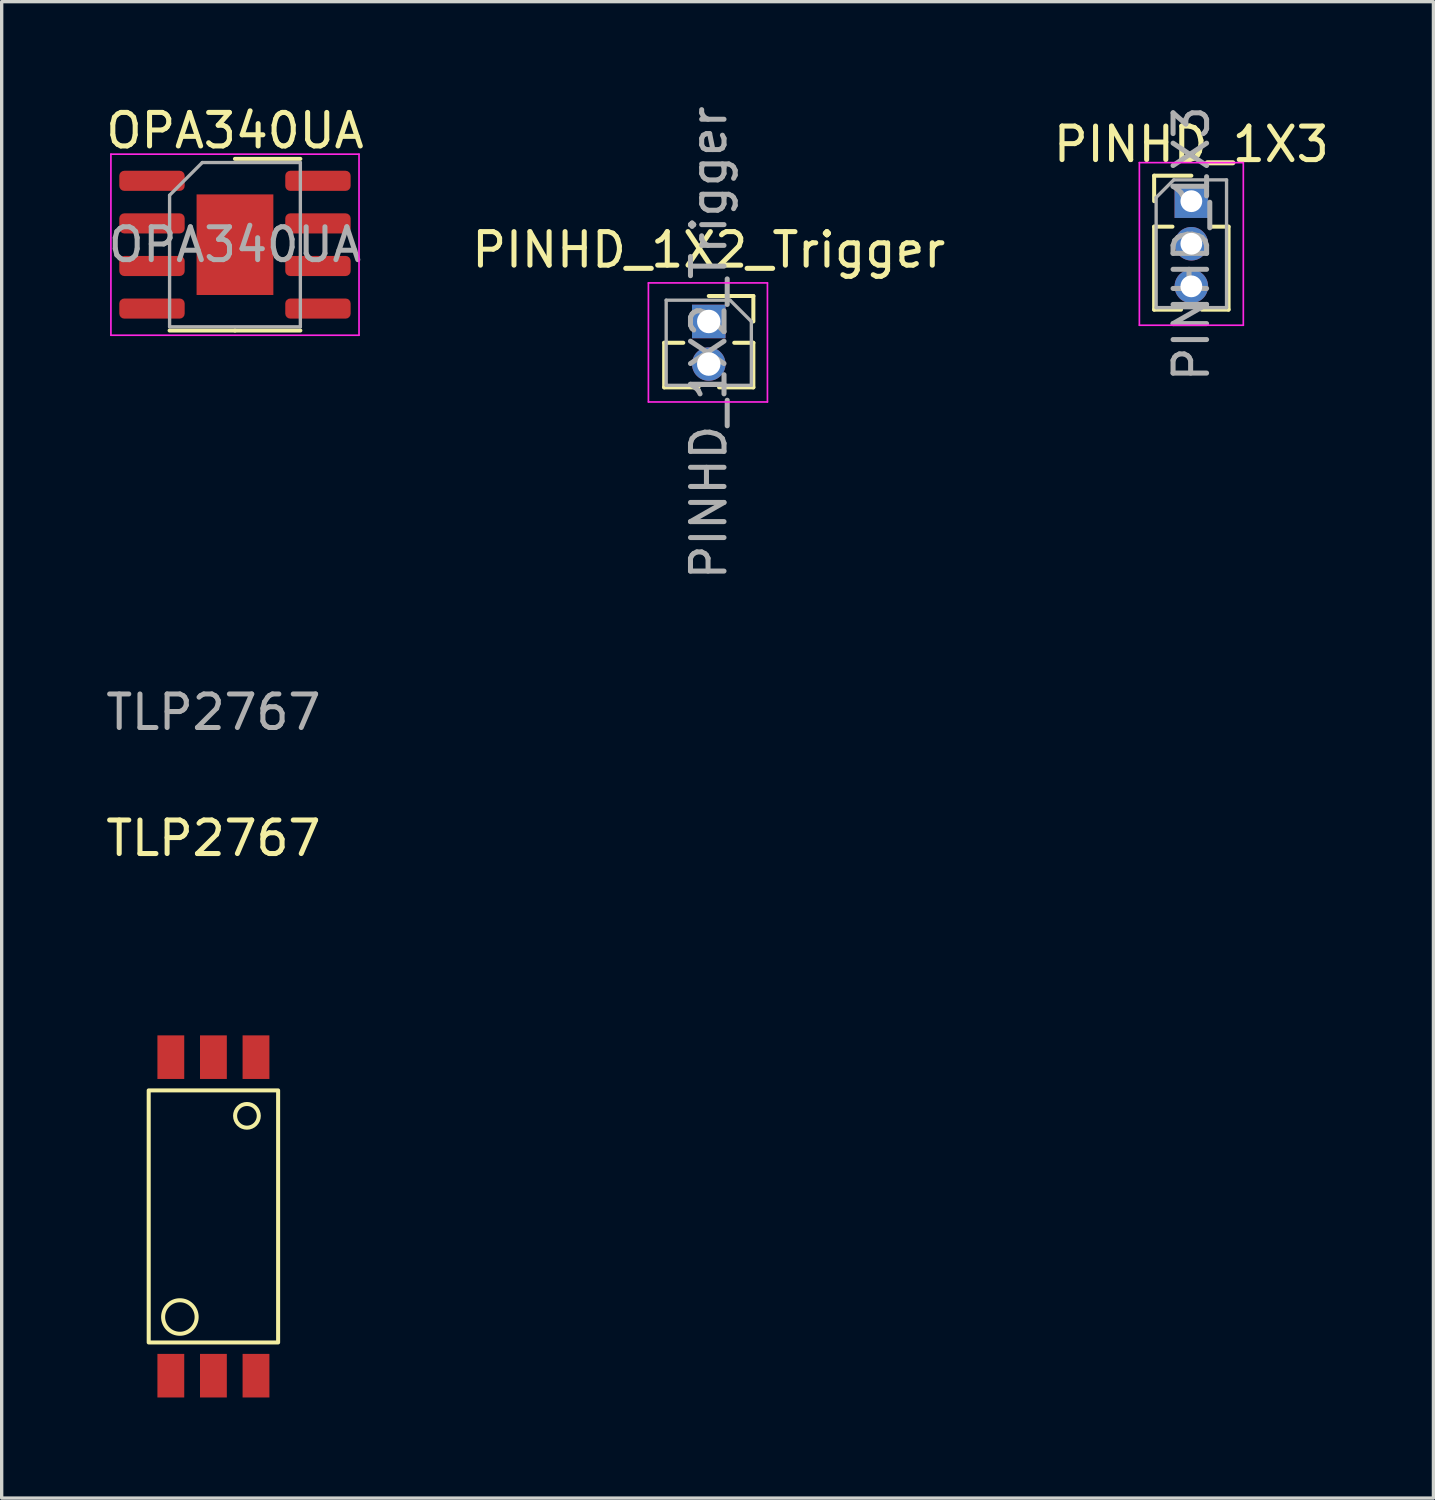
<source format=kicad_pcb>
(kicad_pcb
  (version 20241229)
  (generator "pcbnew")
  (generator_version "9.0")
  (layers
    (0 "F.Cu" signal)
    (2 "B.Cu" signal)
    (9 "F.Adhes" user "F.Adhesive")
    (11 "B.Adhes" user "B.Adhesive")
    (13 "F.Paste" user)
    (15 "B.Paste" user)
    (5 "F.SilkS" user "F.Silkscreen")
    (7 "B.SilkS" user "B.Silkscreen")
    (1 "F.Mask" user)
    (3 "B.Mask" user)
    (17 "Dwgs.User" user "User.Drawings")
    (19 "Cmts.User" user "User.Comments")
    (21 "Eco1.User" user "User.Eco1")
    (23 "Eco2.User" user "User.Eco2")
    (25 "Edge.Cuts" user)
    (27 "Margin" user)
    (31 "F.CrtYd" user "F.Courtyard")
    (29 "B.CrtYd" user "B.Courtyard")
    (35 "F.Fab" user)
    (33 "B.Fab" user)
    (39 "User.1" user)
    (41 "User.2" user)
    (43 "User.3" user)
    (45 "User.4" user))
  (footprint "PINHD_1X2_Trigger"
    (layer "F.Cu")
    (at 18.089 6.538)
    (property "Reference" "PINHD_1X2_Trigger" (at 0 -2.135 0) (layer "F.SilkS") (effects (font (size 1 1) (thickness 0.15))))
    (attr through_hole)
    (fp_line (start -1.33 0.635) (end -1.33 1.965) (stroke (width 0.12) (type solid)) (layer "F.SilkS"))
    (fp_line (start -1.33 0.635) (end -0.76 0.635) (stroke (width 0.12) (type solid)) (layer "F.SilkS"))
    (fp_line (start -1.33 1.965) (end -0.308 1.965) (stroke (width 0.12) (type solid)) (layer "F.SilkS"))
    (fp_line (start 0 -0.76) (end 1.33 -0.76) (stroke (width 0.12) (type solid)) (layer "F.SilkS"))
    (fp_line (start 0.308 1.965) (end 1.33 1.965) (stroke (width 0.12) (type solid)) (layer "F.SilkS"))
    (fp_line (start 0.76 0.635) (end 1.33 0.635) (stroke (width 0.12) (type solid)) (layer "F.SilkS"))
    (fp_line (start 1.33 -0.76) (end 1.33 0) (stroke (width 0.12) (type solid)) (layer "F.SilkS"))
    (fp_line (start 1.33 0.635) (end 1.33 1.965) (stroke (width 0.12) (type solid)) (layer "F.SilkS"))
    (fp_line (start -1.8 -1.15) (end 1.75 -1.15) (stroke (width 0.05) (type solid)) (layer "F.CrtYd"))
    (fp_line (start -1.8 2.4) (end -1.8 -1.15) (stroke (width 0.05) (type solid)) (layer "F.CrtYd"))
    (fp_line (start 1.75 -1.15) (end 1.75 2.4) (stroke (width 0.05) (type solid)) (layer "F.CrtYd"))
    (fp_line (start 1.75 2.4) (end -1.8 2.4) (stroke (width 0.05) (type solid)) (layer "F.CrtYd"))
    (fp_line (start -1.27 -0.635) (end 0.635 -0.635) (stroke (width 0.1) (type solid)) (layer "F.Fab"))
    (fp_line (start -1.27 1.905) (end -1.27 -0.635) (stroke (width 0.1) (type solid)) (layer "F.Fab"))
    (fp_line (start 0.635 -0.635) (end 1.27 0) (stroke (width 0.1) (type solid)) (layer "F.Fab"))
    (fp_line (start 1.27 0) (end 1.27 1.905) (stroke (width 0.1) (type solid)) (layer "F.Fab"))
    (fp_line (start 1.27 1.905) (end -1.27 1.905) (stroke (width 0.1) (type solid)) (layer "F.Fab"))
    (fp_text user "${REFERENCE}" (at 0 0.635 90) (layer "F.Fab") (effects (font (size 1 1) (thickness 0.15))))
    (pad "1" thru_hole rect (at 0 0) (size 1 1) (drill 0.7) (layers "*.Cu" "*.Mask"))
    (pad "2" thru_hole oval (at 0 1.27) (size 1 1) (drill 0.7) (layers "*.Cu" "*.Mask")))
  (footprint "TLP2767"
    (layer "F.Cu")
    (at 3.315 33.23)
    (property "Reference" "TLP2767" (at 0 -11.278 0) (unlocked yes) (layer "F.SilkS") (effects (font (size 1 1) (thickness 0.15))))
    (attr smd)
    (fp_rect (start -1.93 -3.759) (end 1.93 3.759) (stroke (width 0.12) (type solid)) (fill no) (layer "F.SilkS"))
    (fp_circle (center -1 3) (end -1 2.5) (stroke (width 0.12) (type solid)) (fill no) (layer "F.SilkS"))
    (fp_circle (center 1 -3) (end 1.25 -3.25) (stroke (width 0.12) (type solid)) (fill no) (layer "F.SilkS"))
    (fp_text user "${REFERENCE}" (at 0 -15.037 0) (unlocked yes) (layer "F.Fab") (effects (font (size 1 1) (thickness 0.15))))
    (pad "1" smd rect (at -1.27 4.75) (size 0.8 1.3) (layers "F.Cu" "F.Mask" "F.Paste"))
    (pad "2" smd rect (at 0 4.75) (size 0.8 1.3) (layers "F.Cu" "F.Mask" "F.Paste"))
    (pad "3" smd rect (at 1.27 4.75) (size 0.8 1.3) (layers "F.Cu" "F.Mask" "F.Paste"))
    (pad "4" smd rect (at 1.27 -4.75) (size 0.8 1.3) (layers "F.Cu" "F.Mask" "F.Paste"))
    (pad "5" smd rect (at 0 -4.75) (size 0.8 1.3) (layers "F.Cu" "F.Mask" "F.Paste"))
    (pad "6" smd rect (at -1.27 -4.75) (size 0.8 1.3) (layers "F.Cu" "F.Mask" "F.Paste")))
  (footprint "OPA340UA"
    (layer "F.Cu")
    (at 3.958 4.248)
    (property "Reference" "OPA340UA" (at 0 -3.4 0) (layer "F.SilkS") (effects (font (size 1 1) (thickness 0.15))))
    (attr smd)
    (fp_line (start 0 -2.56) (end 1.95 -2.56) (stroke (width 0.12) (type solid)) (layer "F.SilkS"))
    (fp_line (start 0 2.56) (end -1.95 2.56) (stroke (width 0.12) (type solid)) (layer "F.SilkS"))
    (fp_line (start 0 2.56) (end 1.95 2.56) (stroke (width 0.12) (type solid)) (layer "F.SilkS"))
    (fp_line (start -3.7 -2.7) (end -3.7 2.7) (stroke (width 0.05) (type solid)) (layer "F.CrtYd"))
    (fp_line (start -3.7 2.7) (end 3.7 2.7) (stroke (width 0.05) (type solid)) (layer "F.CrtYd"))
    (fp_line (start 3.7 -2.7) (end -3.7 -2.7) (stroke (width 0.05) (type solid)) (layer "F.CrtYd"))
    (fp_line (start 3.7 2.7) (end 3.7 -2.7) (stroke (width 0.05) (type solid)) (layer "F.CrtYd"))
    (fp_line (start -1.95 -1.475) (end -0.975 -2.45) (stroke (width 0.1) (type solid)) (layer "F.Fab"))
    (fp_line (start -1.95 2.45) (end -1.95 -1.475) (stroke (width 0.1) (type solid)) (layer "F.Fab"))
    (fp_line (start -0.975 -2.45) (end 1.95 -2.45) (stroke (width 0.1) (type solid)) (layer "F.Fab"))
    (fp_line (start 1.95 -2.45) (end 1.95 2.45) (stroke (width 0.1) (type solid)) (layer "F.Fab"))
    (fp_line (start 1.95 2.45) (end -1.95 2.45) (stroke (width 0.1) (type solid)) (layer "F.Fab"))
    (fp_text user "${REFERENCE}" (at 0 0 0) (layer "F.Fab") (effects (font (size 0.98 0.98) (thickness 0.15))))
    (pad "" smd roundrect (at -0.57 -0.75) (size 0.92 1.21) (layers "F.Paste") (roundrect_rratio 0.25))
    (pad "" smd roundrect (at -0.57 0.75) (size 0.92 1.21) (layers "F.Paste") (roundrect_rratio 0.25))
    (pad "" smd roundrect (at 0.57 -0.75) (size 0.92 1.21) (layers "F.Paste") (roundrect_rratio 0.25))
    (pad "" smd roundrect (at 0.57 0.75) (size 0.92 1.21) (layers "F.Paste") (roundrect_rratio 0.25))
    (pad "1" smd roundrect (at -2.475 -1.905) (size 1.95 0.6) (layers "F.Cu" "F.Mask" "F.Paste") (roundrect_rratio 0.25))
    (pad "2" smd roundrect (at -2.475 -0.635) (size 1.95 0.6) (layers "F.Cu" "F.Mask" "F.Paste") (roundrect_rratio 0.25))
    (pad "3" smd roundrect (at -2.475 0.635) (size 1.95 0.6) (layers "F.Cu" "F.Mask" "F.Paste") (roundrect_rratio 0.25))
    (pad "4" smd roundrect (at -2.475 1.905) (size 1.95 0.6) (layers "F.Cu" "F.Mask" "F.Paste") (roundrect_rratio 0.25))
    (pad "5" smd roundrect (at 2.475 1.905) (size 1.95 0.6) (layers "F.Cu" "F.Mask" "F.Paste") (roundrect_rratio 0.25))
    (pad "6" smd roundrect (at 2.475 0.635) (size 1.95 0.6) (layers "F.Cu" "F.Mask" "F.Paste") (roundrect_rratio 0.25))
    (pad "7" smd roundrect (at 2.475 -0.635) (size 1.95 0.6) (layers "F.Cu" "F.Mask" "F.Paste") (roundrect_rratio 0.25))
    (pad "8" smd roundrect (at 2.475 -1.905) (size 1.95 0.6) (layers "F.Cu" "F.Mask" "F.Paste") (roundrect_rratio 0.25))
    (pad "9" smd rect (at 0 0) (size 2.29 3) (layers "F.Cu" "F.Mask")))
  (footprint "PINHD_1X3"
    (layer "F.Cu")
    (at 32.482 2.95)
    (property "Reference" "PINHD_1X3" (at 0 -1.695 0) (layer "F.SilkS") (effects (font (size 1 1) (thickness 0.15))))
    (attr through_hole)
    (fp_line (start -1.11 -0.76) (end 0 -0.76) (stroke (width 0.12) (type solid)) (layer "F.SilkS"))
    (fp_line (start -1.11 0) (end -1.11 -0.76) (stroke (width 0.12) (type solid)) (layer "F.SilkS"))
    (fp_line (start -1.11 0.76) (end -1.11 3.235) (stroke (width 0.12) (type solid)) (layer "F.SilkS"))
    (fp_line (start -1.11 0.76) (end -0.563 0.76) (stroke (width 0.12) (type solid)) (layer "F.SilkS"))
    (fp_line (start -1.11 3.235) (end -0.308 3.235) (stroke (width 0.12) (type solid)) (layer "F.SilkS"))
    (fp_line (start 0.308 3.235) (end 1.11 3.235) (stroke (width 0.12) (type solid)) (layer "F.SilkS"))
    (fp_line (start 0.563 0.76) (end 1.11 0.76) (stroke (width 0.12) (type solid)) (layer "F.SilkS"))
    (fp_line (start 1.11 0.76) (end 1.11 3.235) (stroke (width 0.12) (type solid)) (layer "F.SilkS"))
    (fp_line (start -1.55 -1.15) (end -1.55 3.7) (stroke (width 0.05) (type solid)) (layer "F.CrtYd"))
    (fp_line (start -1.55 3.7) (end 1.55 3.7) (stroke (width 0.05) (type solid)) (layer "F.CrtYd"))
    (fp_line (start 1.55 -1.15) (end -1.55 -1.15) (stroke (width 0.05) (type solid)) (layer "F.CrtYd"))
    (fp_line (start 1.55 3.7) (end 1.55 -1.15) (stroke (width 0.05) (type solid)) (layer "F.CrtYd"))
    (fp_line (start -1.05 -0.11) (end -0.525 -0.635) (stroke (width 0.1) (type solid)) (layer "F.Fab"))
    (fp_line (start -1.05 3.175) (end -1.05 -0.11) (stroke (width 0.1) (type solid)) (layer "F.Fab"))
    (fp_line (start -0.525 -0.635) (end 1.05 -0.635) (stroke (width 0.1) (type solid)) (layer "F.Fab"))
    (fp_line (start 1.05 -0.635) (end 1.05 3.175) (stroke (width 0.1) (type solid)) (layer "F.Fab"))
    (fp_line (start 1.05 3.175) (end -1.05 3.175) (stroke (width 0.1) (type solid)) (layer "F.Fab"))
    (fp_text user "${REFERENCE}" (at 0 1.27 90) (layer "F.Fab") (effects (font (size 1 1) (thickness 0.15))))
    (pad "1" thru_hole rect (at 0 0) (size 1 1) (drill 0.65) (layers "*.Cu" "*.Mask"))
    (pad "2" thru_hole oval (at 0 1.27) (size 1 1) (drill 0.65) (layers "*.Cu" "*.Mask"))
    (pad "3" thru_hole oval (at 0 2.54) (size 1 1) (drill 0.65) (layers "*.Cu" "*.Mask")))
  (gr_rect
    (start -3 -3)
    (end 39.702 41.63)
    (stroke (width 0.1) (type default))
    (fill no)
    (layer "Edge.Cuts")))
</source>
